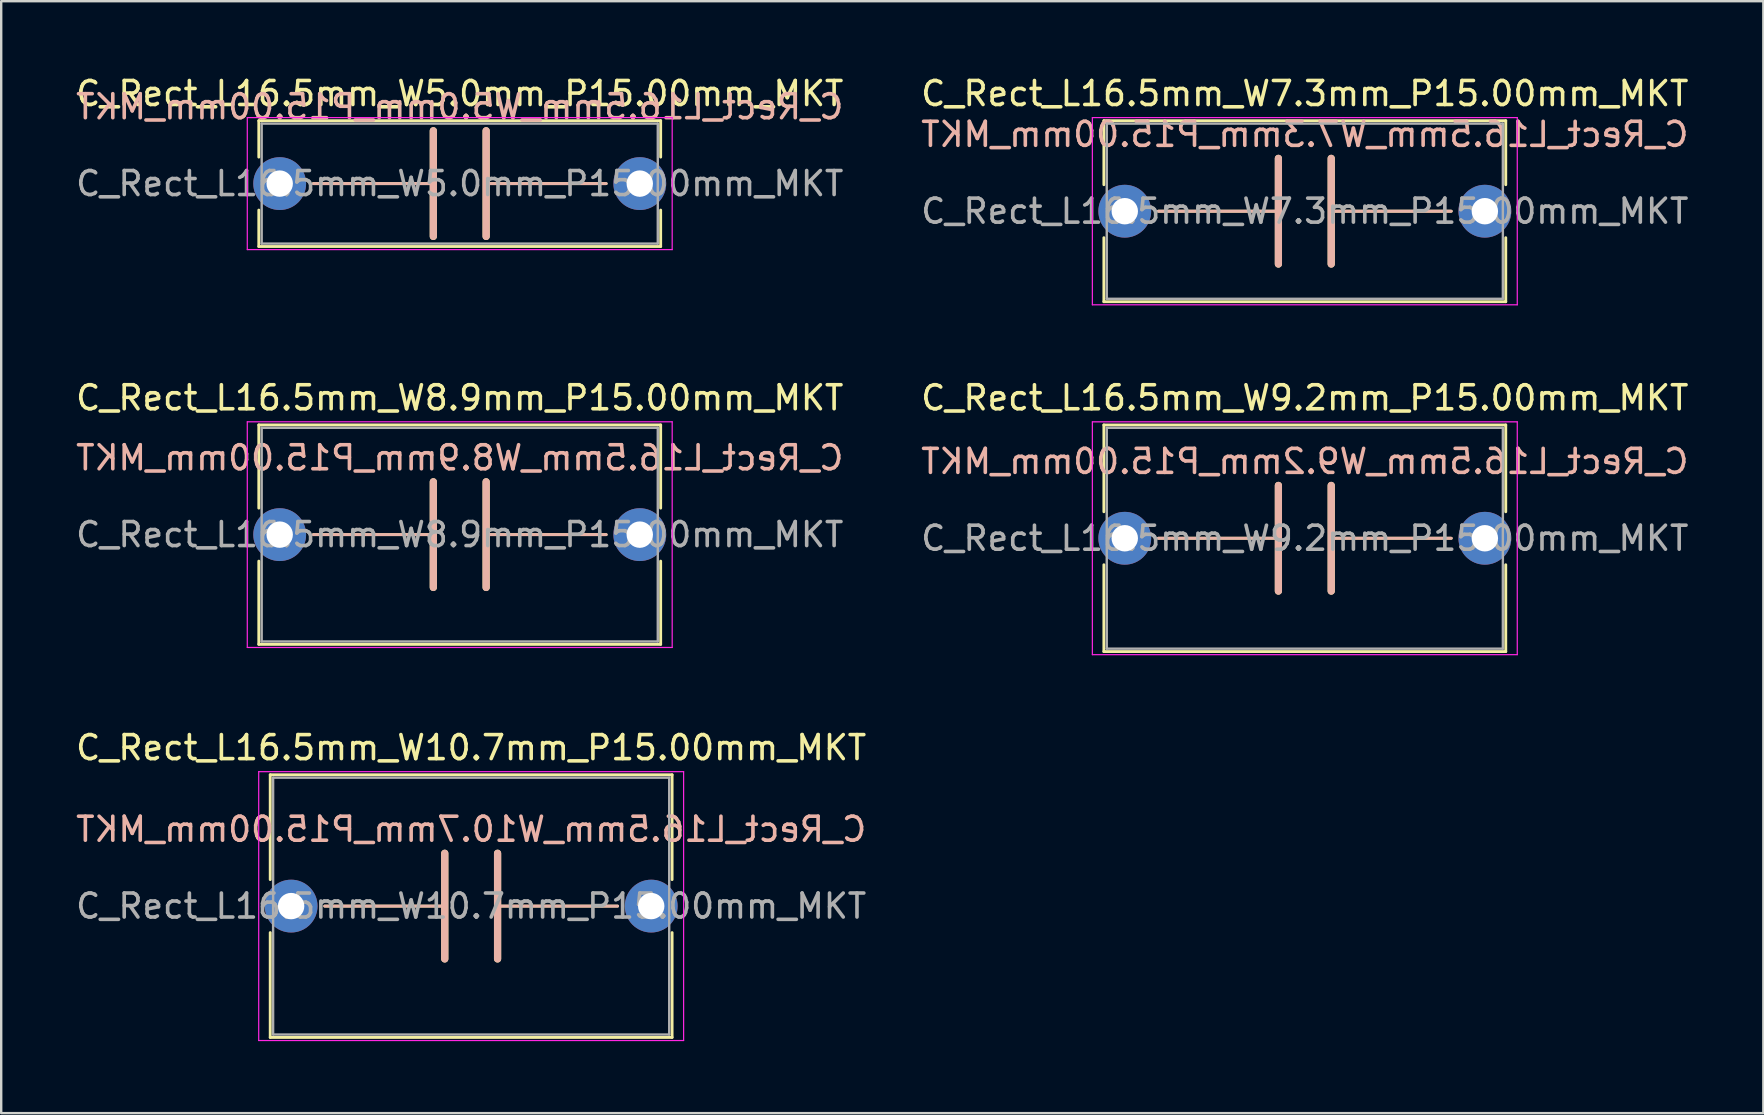
<source format=kicad_pcb>
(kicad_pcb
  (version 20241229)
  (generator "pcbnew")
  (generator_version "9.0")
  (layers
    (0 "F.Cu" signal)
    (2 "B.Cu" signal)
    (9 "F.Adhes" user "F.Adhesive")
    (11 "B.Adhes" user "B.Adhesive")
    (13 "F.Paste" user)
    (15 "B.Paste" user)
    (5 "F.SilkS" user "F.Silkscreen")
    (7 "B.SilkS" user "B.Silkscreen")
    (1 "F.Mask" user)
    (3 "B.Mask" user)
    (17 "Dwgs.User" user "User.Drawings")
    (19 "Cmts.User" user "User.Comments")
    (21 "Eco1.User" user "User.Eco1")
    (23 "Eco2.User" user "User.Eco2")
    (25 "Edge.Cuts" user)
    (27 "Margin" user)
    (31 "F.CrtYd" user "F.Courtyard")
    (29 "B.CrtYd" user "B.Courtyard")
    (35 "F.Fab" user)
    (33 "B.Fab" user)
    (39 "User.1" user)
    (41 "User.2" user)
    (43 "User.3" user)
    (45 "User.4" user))
  (footprint "C_Rect_L16.5mm_W8.9mm_P15.00mm_MKT"
    (layer "F.Cu")
    (at 8.601 19.221)
    (property "Reference" "C_Rect_L16.5mm_W8.9mm_P15.00mm_MKT" (at 7.5 -5.7 0) (layer "F.SilkS") (effects (font (size 1 1) (thickness 0.15))))
    (fp_line (start -0.87 -4.57) (end -0.87 -1.104) (stroke (width 0.12) (type solid)) (layer "F.SilkS"))
    (fp_line (start -0.87 -4.57) (end 15.87 -4.57) (stroke (width 0.12) (type solid)) (layer "F.SilkS"))
    (fp_line (start -0.87 1.104) (end -0.87 4.57) (stroke (width 0.12) (type solid)) (layer "F.SilkS"))
    (fp_line (start -0.87 4.57) (end 15.87 4.57) (stroke (width 0.12) (type solid)) (layer "F.SilkS"))
    (fp_line (start 1.4 0) (end 6.4 0) (stroke (width 0.12) (type solid)) (layer "F.SilkS"))
    (fp_line (start 6.4 -2.2) (end 6.4 2.2) (stroke (width 0.3) (type solid)) (layer "F.SilkS"))
    (fp_line (start 8.6 -2.2) (end 8.6 2.2) (stroke (width 0.3) (type solid)) (layer "F.SilkS"))
    (fp_line (start 8.6 0) (end 13.6 0) (stroke (width 0.12) (type solid)) (layer "F.SilkS"))
    (fp_line (start 15.87 -4.57) (end 15.87 -1.104) (stroke (width 0.12) (type solid)) (layer "F.SilkS"))
    (fp_line (start 15.87 1.104) (end 15.87 4.57) (stroke (width 0.12) (type solid)) (layer "F.SilkS"))
    (fp_line (start 1.4 0) (end 6.4 0) (stroke (width 0.12) (type solid)) (layer "B.SilkS"))
    (fp_line (start 6.4 2.2) (end 6.4 -2.2) (stroke (width 0.3) (type solid)) (layer "B.SilkS"))
    (fp_line (start 8.6 0) (end 13.6 0) (stroke (width 0.12) (type solid)) (layer "B.SilkS"))
    (fp_line (start 8.6 2.2) (end 8.6 -2.2) (stroke (width 0.3) (type solid)) (layer "B.SilkS"))
    (fp_line (start -1.35 -4.7) (end -1.35 4.7) (stroke (width 0.05) (type solid)) (layer "F.CrtYd"))
    (fp_line (start -1.35 4.7) (end 16.35 4.7) (stroke (width 0.05) (type solid)) (layer "F.CrtYd"))
    (fp_line (start 16.35 -4.7) (end -1.35 -4.7) (stroke (width 0.05) (type solid)) (layer "F.CrtYd"))
    (fp_line (start 16.35 4.7) (end 16.35 -4.7) (stroke (width 0.05) (type solid)) (layer "F.CrtYd"))
    (fp_line (start -0.75 -4.45) (end -0.75 4.45) (stroke (width 0.1) (type solid)) (layer "F.Fab"))
    (fp_line (start -0.75 4.45) (end 15.75 4.45) (stroke (width 0.1) (type solid)) (layer "F.Fab"))
    (fp_line (start 15.75 -4.45) (end -0.75 -4.45) (stroke (width 0.1) (type solid)) (layer "F.Fab"))
    (fp_line (start 15.75 4.45) (end 15.75 -4.45) (stroke (width 0.1) (type solid)) (layer "F.Fab"))
    (fp_text user "${REFERENCE}" (at 7.5 -3.2 0) (layer "B.SilkS") (effects (font (size 1 1) (thickness 0.15)) (justify mirror)))
    (fp_text user "${REFERENCE}" (at 7.5 0 0) (layer "F.Fab") (effects (font (size 1 1) (thickness 0.15))))
    (pad "1" thru_hole circle (at 0 0) (size 2.2 2.2) (drill 1.1) (layers "*.Cu" "*.Mask"))
    (pad "2" thru_hole circle (at 15 0) (size 2.2 2.2) (drill 1.1) (layers "*.Cu" "*.Mask")))
  (footprint "C_Rect_L16.5mm_W10.7mm_P15.00mm_MKT"
    (layer "F.Cu")
    (at 9.077 34.695)
    (property "Reference" "C_Rect_L16.5mm_W10.7mm_P15.00mm_MKT" (at 7.5 -6.6 0) (layer "F.SilkS") (effects (font (size 1 1) (thickness 0.15))))
    (fp_line (start -0.87 -5.47) (end -0.87 -1.104) (stroke (width 0.12) (type solid)) (layer "F.SilkS"))
    (fp_line (start -0.87 -5.47) (end 15.87 -5.47) (stroke (width 0.12) (type solid)) (layer "F.SilkS"))
    (fp_line (start -0.87 1.104) (end -0.87 5.47) (stroke (width 0.12) (type solid)) (layer "F.SilkS"))
    (fp_line (start -0.87 5.47) (end 15.87 5.47) (stroke (width 0.12) (type solid)) (layer "F.SilkS"))
    (fp_line (start 1.4 0) (end 6.4 0) (stroke (width 0.12) (type solid)) (layer "F.SilkS"))
    (fp_line (start 6.4 -2.2) (end 6.4 2.2) (stroke (width 0.3) (type solid)) (layer "F.SilkS"))
    (fp_line (start 8.6 -2.2) (end 8.6 2.2) (stroke (width 0.3) (type solid)) (layer "F.SilkS"))
    (fp_line (start 8.6 0) (end 13.6 0) (stroke (width 0.12) (type solid)) (layer "F.SilkS"))
    (fp_line (start 15.87 -5.47) (end 15.87 -1.104) (stroke (width 0.12) (type solid)) (layer "F.SilkS"))
    (fp_line (start 15.87 1.104) (end 15.87 5.47) (stroke (width 0.12) (type solid)) (layer "F.SilkS"))
    (fp_line (start 1.4 0) (end 6.4 0) (stroke (width 0.12) (type solid)) (layer "B.SilkS"))
    (fp_line (start 6.4 2.2) (end 6.4 -2.2) (stroke (width 0.3) (type solid)) (layer "B.SilkS"))
    (fp_line (start 8.6 0) (end 13.6 0) (stroke (width 0.12) (type solid)) (layer "B.SilkS"))
    (fp_line (start 8.6 2.2) (end 8.6 -2.2) (stroke (width 0.3) (type solid)) (layer "B.SilkS"))
    (fp_line (start -1.35 -5.6) (end -1.35 5.6) (stroke (width 0.05) (type solid)) (layer "F.CrtYd"))
    (fp_line (start -1.35 5.6) (end 16.35 5.6) (stroke (width 0.05) (type solid)) (layer "F.CrtYd"))
    (fp_line (start 16.35 -5.6) (end -1.35 -5.6) (stroke (width 0.05) (type solid)) (layer "F.CrtYd"))
    (fp_line (start 16.35 5.6) (end 16.35 -5.6) (stroke (width 0.05) (type solid)) (layer "F.CrtYd"))
    (fp_line (start -0.75 -5.35) (end -0.75 5.35) (stroke (width 0.1) (type solid)) (layer "F.Fab"))
    (fp_line (start -0.75 5.35) (end 15.75 5.35) (stroke (width 0.1) (type solid)) (layer "F.Fab"))
    (fp_line (start 15.75 -5.35) (end -0.75 -5.35) (stroke (width 0.1) (type solid)) (layer "F.Fab"))
    (fp_line (start 15.75 5.35) (end 15.75 -5.35) (stroke (width 0.1) (type solid)) (layer "F.Fab"))
    (fp_text user "${REFERENCE}" (at 7.5 -3.2 0) (layer "B.SilkS") (effects (font (size 1 1) (thickness 0.15)) (justify mirror)))
    (fp_text user "${REFERENCE}" (at 7.5 0 0) (layer "F.Fab") (effects (font (size 1 1) (thickness 0.15))))
    (pad "1" thru_hole circle (at 0 0) (size 2.2 2.2) (drill 1.1) (layers "*.Cu" "*.Mask"))
    (pad "2" thru_hole circle (at 15 0) (size 2.2 2.2) (drill 1.1) (layers "*.Cu" "*.Mask")))
  (footprint "C_Rect_L16.5mm_W9.2mm_P15.00mm_MKT"
    (layer "F.Cu")
    (at 43.804 19.372)
    (property "Reference" "C_Rect_L16.5mm_W9.2mm_P15.00mm_MKT" (at 7.5 -5.85 0) (layer "F.SilkS") (effects (font (size 1 1) (thickness 0.15))))
    (fp_line (start -0.87 -4.72) (end -0.87 -1.104) (stroke (width 0.12) (type solid)) (layer "F.SilkS"))
    (fp_line (start -0.87 -4.72) (end 15.87 -4.72) (stroke (width 0.12) (type solid)) (layer "F.SilkS"))
    (fp_line (start -0.87 1.104) (end -0.87 4.72) (stroke (width 0.12) (type solid)) (layer "F.SilkS"))
    (fp_line (start -0.87 4.72) (end 15.87 4.72) (stroke (width 0.12) (type solid)) (layer "F.SilkS"))
    (fp_line (start 1.4 0) (end 6.4 0) (stroke (width 0.12) (type solid)) (layer "F.SilkS"))
    (fp_line (start 6.4 -2.2) (end 6.4 2.2) (stroke (width 0.3) (type solid)) (layer "F.SilkS"))
    (fp_line (start 8.6 -2.2) (end 8.6 2.2) (stroke (width 0.3) (type solid)) (layer "F.SilkS"))
    (fp_line (start 8.6 0) (end 13.6 0) (stroke (width 0.12) (type solid)) (layer "F.SilkS"))
    (fp_line (start 15.87 -4.72) (end 15.87 -1.104) (stroke (width 0.12) (type solid)) (layer "F.SilkS"))
    (fp_line (start 15.87 1.104) (end 15.87 4.72) (stroke (width 0.12) (type solid)) (layer "F.SilkS"))
    (fp_line (start 1.4 0) (end 6.4 0) (stroke (width 0.12) (type solid)) (layer "B.SilkS"))
    (fp_line (start 6.4 2.2) (end 6.4 -2.2) (stroke (width 0.3) (type solid)) (layer "B.SilkS"))
    (fp_line (start 8.6 0) (end 13.6 0) (stroke (width 0.12) (type solid)) (layer "B.SilkS"))
    (fp_line (start 8.6 2.2) (end 8.6 -2.2) (stroke (width 0.3) (type solid)) (layer "B.SilkS"))
    (fp_line (start -1.35 -4.85) (end -1.35 4.85) (stroke (width 0.05) (type solid)) (layer "F.CrtYd"))
    (fp_line (start -1.35 4.85) (end 16.35 4.85) (stroke (width 0.05) (type solid)) (layer "F.CrtYd"))
    (fp_line (start 16.35 -4.85) (end -1.35 -4.85) (stroke (width 0.05) (type solid)) (layer "F.CrtYd"))
    (fp_line (start 16.35 4.85) (end 16.35 -4.85) (stroke (width 0.05) (type solid)) (layer "F.CrtYd"))
    (fp_line (start -0.75 -4.6) (end -0.75 4.6) (stroke (width 0.1) (type solid)) (layer "F.Fab"))
    (fp_line (start -0.75 4.6) (end 15.75 4.6) (stroke (width 0.1) (type solid)) (layer "F.Fab"))
    (fp_line (start 15.75 -4.6) (end -0.75 -4.6) (stroke (width 0.1) (type solid)) (layer "F.Fab"))
    (fp_line (start 15.75 4.6) (end 15.75 -4.6) (stroke (width 0.1) (type solid)) (layer "F.Fab"))
    (fp_text user "${REFERENCE}" (at 7.5 -3.2 0) (layer "B.SilkS") (effects (font (size 1 1) (thickness 0.15)) (justify mirror)))
    (fp_text user "${REFERENCE}" (at 7.5 0 0) (layer "F.Fab") (effects (font (size 1 1) (thickness 0.15))))
    (pad "1" thru_hole circle (at 0 0) (size 2.2 2.2) (drill 1.1) (layers "*.Cu" "*.Mask"))
    (pad "2" thru_hole circle (at 15 0) (size 2.2 2.2) (drill 1.1) (layers "*.Cu" "*.Mask")))
  (footprint "C_Rect_L16.5mm_W7.3mm_P15.00mm_MKT"
    (layer "F.Cu")
    (at 43.804 5.748)
    (property "Reference" "C_Rect_L16.5mm_W7.3mm_P15.00mm_MKT" (at 7.5 -4.9 0) (layer "F.SilkS") (effects (font (size 1 1) (thickness 0.15))))
    (fp_line (start -0.87 -3.77) (end -0.87 -1.104) (stroke (width 0.12) (type solid)) (layer "F.SilkS"))
    (fp_line (start -0.87 -3.77) (end 15.87 -3.77) (stroke (width 0.12) (type solid)) (layer "F.SilkS"))
    (fp_line (start -0.87 1.104) (end -0.87 3.77) (stroke (width 0.12) (type solid)) (layer "F.SilkS"))
    (fp_line (start -0.87 3.77) (end 15.87 3.77) (stroke (width 0.12) (type solid)) (layer "F.SilkS"))
    (fp_line (start 1.4 0) (end 6.4 0) (stroke (width 0.12) (type solid)) (layer "F.SilkS"))
    (fp_line (start 6.4 -2.2) (end 6.4 2.2) (stroke (width 0.3) (type solid)) (layer "F.SilkS"))
    (fp_line (start 8.6 -2.2) (end 8.6 2.2) (stroke (width 0.3) (type solid)) (layer "F.SilkS"))
    (fp_line (start 8.6 0) (end 13.6 0) (stroke (width 0.12) (type solid)) (layer "F.SilkS"))
    (fp_line (start 15.87 -3.77) (end 15.87 -1.104) (stroke (width 0.12) (type solid)) (layer "F.SilkS"))
    (fp_line (start 15.87 1.104) (end 15.87 3.77) (stroke (width 0.12) (type solid)) (layer "F.SilkS"))
    (fp_line (start 1.4 0) (end 6.4 0) (stroke (width 0.12) (type solid)) (layer "B.SilkS"))
    (fp_line (start 6.4 2.2) (end 6.4 -2.2) (stroke (width 0.3) (type solid)) (layer "B.SilkS"))
    (fp_line (start 8.6 0) (end 13.6 0) (stroke (width 0.12) (type solid)) (layer "B.SilkS"))
    (fp_line (start 8.6 2.2) (end 8.6 -2.2) (stroke (width 0.3) (type solid)) (layer "B.SilkS"))
    (fp_line (start -1.35 -3.9) (end -1.35 3.9) (stroke (width 0.05) (type solid)) (layer "F.CrtYd"))
    (fp_line (start -1.35 3.9) (end 16.35 3.9) (stroke (width 0.05) (type solid)) (layer "F.CrtYd"))
    (fp_line (start 16.35 -3.9) (end -1.35 -3.9) (stroke (width 0.05) (type solid)) (layer "F.CrtYd"))
    (fp_line (start 16.35 3.9) (end 16.35 -3.9) (stroke (width 0.05) (type solid)) (layer "F.CrtYd"))
    (fp_line (start -0.75 -3.65) (end -0.75 3.65) (stroke (width 0.1) (type solid)) (layer "F.Fab"))
    (fp_line (start -0.75 3.65) (end 15.75 3.65) (stroke (width 0.1) (type solid)) (layer "F.Fab"))
    (fp_line (start 15.75 -3.65) (end -0.75 -3.65) (stroke (width 0.1) (type solid)) (layer "F.Fab"))
    (fp_line (start 15.75 3.65) (end 15.75 -3.65) (stroke (width 0.1) (type solid)) (layer "F.Fab"))
    (fp_text user "${REFERENCE}" (at 7.5 -3.2 0) (layer "B.SilkS") (effects (font (size 1 1) (thickness 0.15)) (justify mirror)))
    (fp_text user "${REFERENCE}" (at 7.5 0 0) (layer "F.Fab") (effects (font (size 1 1) (thickness 0.15))))
    (pad "1" thru_hole circle (at 0 0) (size 2.2 2.2) (drill 1.1) (layers "*.Cu" "*.Mask"))
    (pad "2" thru_hole circle (at 15 0) (size 2.2 2.2) (drill 1.1) (layers "*.Cu" "*.Mask")))
  (footprint "C_Rect_L16.5mm_W5.0mm_P15.00mm_MKT"
    (layer "F.Cu")
    (at 8.601 4.598)
    (property "Reference" "C_Rect_L16.5mm_W5.0mm_P15.00mm_MKT" (at 7.5 -3.75 0) (layer "F.SilkS") (effects (font (size 1 1) (thickness 0.15))))
    (fp_line (start -0.87 -2.62) (end -0.87 -1.104) (stroke (width 0.12) (type solid)) (layer "F.SilkS"))
    (fp_line (start -0.87 -2.62) (end 15.87 -2.62) (stroke (width 0.12) (type solid)) (layer "F.SilkS"))
    (fp_line (start -0.87 1.104) (end -0.87 2.62) (stroke (width 0.12) (type solid)) (layer "F.SilkS"))
    (fp_line (start -0.87 2.62) (end 15.87 2.62) (stroke (width 0.12) (type solid)) (layer "F.SilkS"))
    (fp_line (start 1.4 0) (end 6.4 0) (stroke (width 0.12) (type solid)) (layer "F.SilkS"))
    (fp_line (start 6.4 -2.2) (end 6.4 2.2) (stroke (width 0.3) (type solid)) (layer "F.SilkS"))
    (fp_line (start 8.6 -2.2) (end 8.6 2.2) (stroke (width 0.3) (type solid)) (layer "F.SilkS"))
    (fp_line (start 8.6 0) (end 13.6 0) (stroke (width 0.12) (type solid)) (layer "F.SilkS"))
    (fp_line (start 15.87 -2.62) (end 15.87 -1.104) (stroke (width 0.12) (type solid)) (layer "F.SilkS"))
    (fp_line (start 15.87 1.104) (end 15.87 2.62) (stroke (width 0.12) (type solid)) (layer "F.SilkS"))
    (fp_line (start 1.4 0) (end 6.4 0) (stroke (width 0.12) (type solid)) (layer "B.SilkS"))
    (fp_line (start 6.4 2.2) (end 6.4 -2.2) (stroke (width 0.3) (type solid)) (layer "B.SilkS"))
    (fp_line (start 8.6 0) (end 13.6 0) (stroke (width 0.12) (type solid)) (layer "B.SilkS"))
    (fp_line (start 8.6 2.2) (end 8.6 -2.2) (stroke (width 0.3) (type solid)) (layer "B.SilkS"))
    (fp_line (start -1.35 -2.75) (end -1.35 2.75) (stroke (width 0.05) (type solid)) (layer "F.CrtYd"))
    (fp_line (start -1.35 2.75) (end 16.35 2.75) (stroke (width 0.05) (type solid)) (layer "F.CrtYd"))
    (fp_line (start 16.35 -2.75) (end -1.35 -2.75) (stroke (width 0.05) (type solid)) (layer "F.CrtYd"))
    (fp_line (start 16.35 2.75) (end 16.35 -2.75) (stroke (width 0.05) (type solid)) (layer "F.CrtYd"))
    (fp_line (start -0.75 -2.5) (end -0.75 2.5) (stroke (width 0.1) (type solid)) (layer "F.Fab"))
    (fp_line (start -0.75 2.5) (end 15.75 2.5) (stroke (width 0.1) (type solid)) (layer "F.Fab"))
    (fp_line (start 15.75 -2.5) (end -0.75 -2.5) (stroke (width 0.1) (type solid)) (layer "F.Fab"))
    (fp_line (start 15.75 2.5) (end 15.75 -2.5) (stroke (width 0.1) (type solid)) (layer "F.Fab"))
    (fp_text user "${REFERENCE}" (at 7.5 -3.2 0) (layer "B.SilkS") (effects (font (size 1 1) (thickness 0.15)) (justify mirror)))
    (fp_text user "${REFERENCE}" (at 7.5 0 0) (layer "F.Fab") (effects (font (size 1 1) (thickness 0.15))))
    (pad "1" thru_hole circle (at 0 0) (size 2.2 2.2) (drill 1.1) (layers "*.Cu" "*.Mask"))
    (pad "2" thru_hole circle (at 15 0) (size 2.2 2.2) (drill 1.1) (layers "*.Cu" "*.Mask")))
  (gr_rect
    (start -3 -3)
    (end 70.405 43.32)
    (stroke (width 0.1) (type default))
    (fill no)
    (layer "Edge.Cuts")))
</source>
